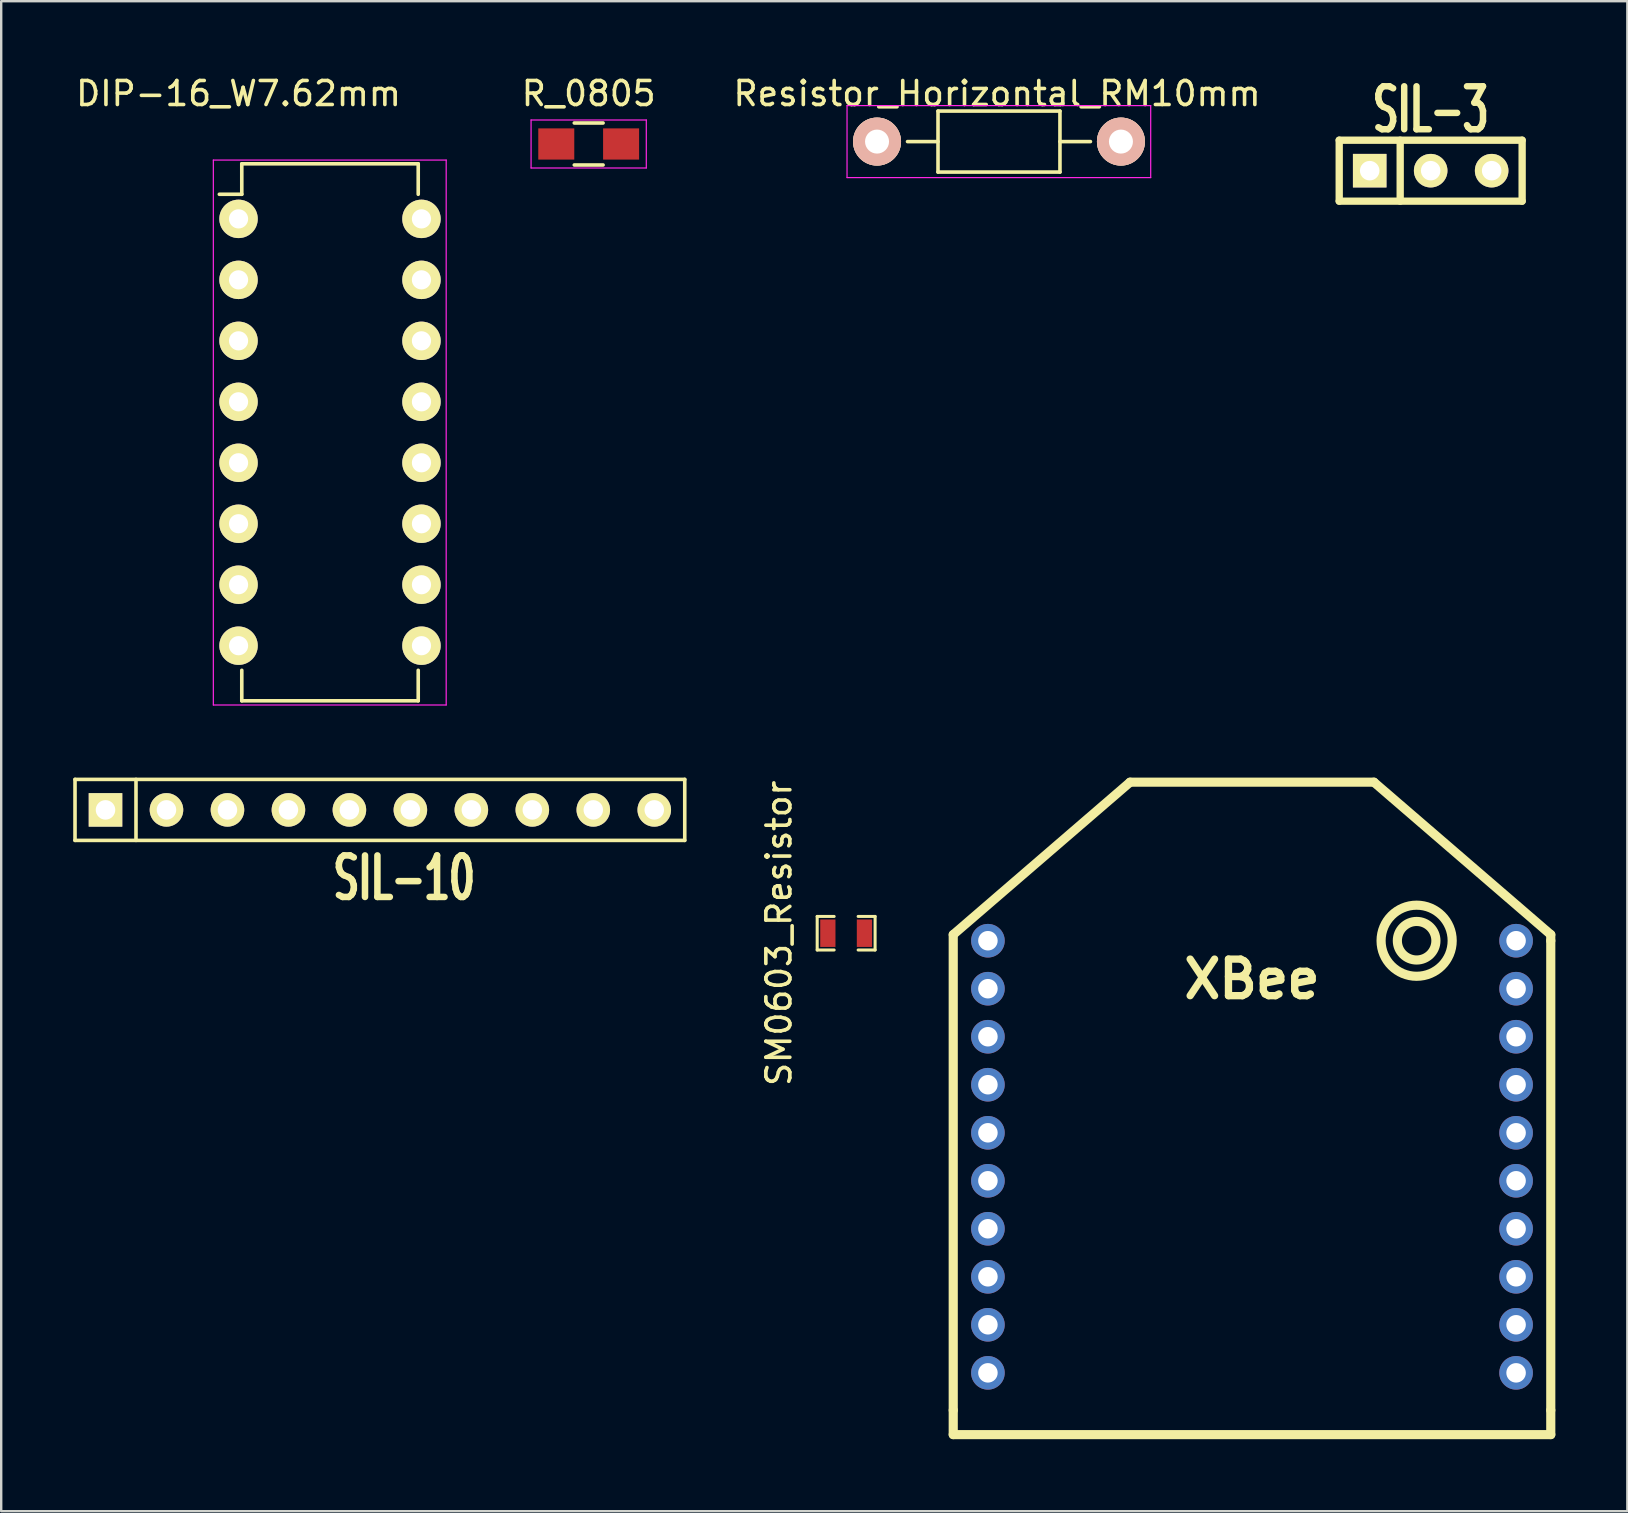
<source format=kicad_pcb>
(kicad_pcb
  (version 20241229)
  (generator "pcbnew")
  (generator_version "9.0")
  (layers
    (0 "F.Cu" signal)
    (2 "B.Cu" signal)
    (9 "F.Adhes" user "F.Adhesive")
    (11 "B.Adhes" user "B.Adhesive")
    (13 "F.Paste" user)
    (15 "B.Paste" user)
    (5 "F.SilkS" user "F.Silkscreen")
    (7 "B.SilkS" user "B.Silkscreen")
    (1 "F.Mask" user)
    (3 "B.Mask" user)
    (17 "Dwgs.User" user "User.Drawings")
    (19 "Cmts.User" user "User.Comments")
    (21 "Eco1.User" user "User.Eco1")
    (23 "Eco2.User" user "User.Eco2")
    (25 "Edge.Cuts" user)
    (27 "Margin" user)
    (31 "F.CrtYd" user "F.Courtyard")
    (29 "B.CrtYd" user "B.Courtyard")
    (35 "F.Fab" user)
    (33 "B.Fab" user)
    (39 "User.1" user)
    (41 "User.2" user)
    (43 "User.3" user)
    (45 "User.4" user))
  (footprint "SIL-3"
    (layer "F.Cu")
    (at 56.548 4.06)
    (property "Reference" "SIL-3" (at 0 -2.54 0) (layer "F.SilkS") (effects (font (size 1.791 1.077) (thickness 0.269))))
    (attr through_hole)
    (fp_line (start -3.81 -1.27) (end 3.81 -1.27) (stroke (width 0.305) (type solid)) (layer "F.SilkS"))
    (fp_line (start -3.81 1.27) (end -3.81 -1.27) (stroke (width 0.305) (type solid)) (layer "F.SilkS"))
    (fp_line (start -1.27 -1.27) (end -1.27 1.27) (stroke (width 0.305) (type solid)) (layer "F.SilkS"))
    (fp_line (start 3.81 -1.27) (end 3.81 1.27) (stroke (width 0.305) (type solid)) (layer "F.SilkS"))
    (fp_line (start 3.81 1.27) (end -3.81 1.27) (stroke (width 0.305) (type solid)) (layer "F.SilkS"))
    (pad "1" thru_hole rect (at -2.54 0) (size 1.397 1.397) (drill 0.813) (layers "*.Cu" "*.Mask" "F.SilkS"))
    (pad "2" thru_hole circle (at 0 0) (size 1.397 1.397) (drill 0.813) (layers "*.Cu" "*.Mask" "F.SilkS"))
    (pad "3" thru_hole circle (at 2.54 0) (size 1.397 1.397) (drill 0.813) (layers "*.Cu" "*.Mask" "F.SilkS")))
  (footprint "R_0805"
    (layer "F.Cu")
    (at 21.473 2.948)
    (property "Reference" "R_0805" (at 0 -2.1 0) (layer "F.SilkS") (effects (font (size 1 1) (thickness 0.15))))
    (attr smd)
    (fp_line (start -0.6 -0.875) (end 0.6 -0.875) (stroke (width 0.15) (type solid)) (layer "F.SilkS"))
    (fp_line (start 0.6 0.875) (end -0.6 0.875) (stroke (width 0.15) (type solid)) (layer "F.SilkS"))
    (fp_line (start -2.4 -1) (end -2.4 1) (stroke (width 0.05) (type solid)) (layer "F.CrtYd"))
    (fp_line (start -2.4 -1) (end 2.4 -1) (stroke (width 0.05) (type solid)) (layer "F.CrtYd"))
    (fp_line (start -2.4 1) (end 2.4 1) (stroke (width 0.05) (type solid)) (layer "F.CrtYd"))
    (fp_line (start 2.4 -1) (end 2.4 1) (stroke (width 0.05) (type solid)) (layer "F.CrtYd"))
    (pad "1" smd rect (at -1.35 0) (size 1.5 1.3) (layers "F.Cu" "F.Mask" "F.Paste"))
    (pad "2" smd rect (at 1.35 0) (size 1.5 1.3) (layers "F.Cu" "F.Mask" "F.Paste")))
  (footprint "DIP-16_W7.62mm"
    (layer "F.Cu")
    (at 6.887 6.068)
    (property "Reference" "DIP-16_W7.62mm" (at 0 -5.22 0) (layer "F.SilkS") (effects (font (size 1 1) (thickness 0.15))))
    (attr through_hole)
    (fp_line (start 0.135 -2.295) (end 0.135 -1.025) (stroke (width 0.15) (type solid)) (layer "F.SilkS"))
    (fp_line (start 0.135 -2.295) (end 7.485 -2.295) (stroke (width 0.15) (type solid)) (layer "F.SilkS"))
    (fp_line (start 0.135 -1.025) (end -0.8 -1.025) (stroke (width 0.15) (type solid)) (layer "F.SilkS"))
    (fp_line (start 0.135 20.075) (end 0.135 18.805) (stroke (width 0.15) (type solid)) (layer "F.SilkS"))
    (fp_line (start 0.135 20.075) (end 7.485 20.075) (stroke (width 0.15) (type solid)) (layer "F.SilkS"))
    (fp_line (start 7.485 -2.295) (end 7.485 -1.025) (stroke (width 0.15) (type solid)) (layer "F.SilkS"))
    (fp_line (start 7.485 20.075) (end 7.485 18.805) (stroke (width 0.15) (type solid)) (layer "F.SilkS"))
    (fp_line (start -1.05 -2.45) (end -1.05 20.25) (stroke (width 0.05) (type solid)) (layer "F.CrtYd"))
    (fp_line (start -1.05 -2.45) (end 8.65 -2.45) (stroke (width 0.05) (type solid)) (layer "F.CrtYd"))
    (fp_line (start -1.05 20.25) (end 8.65 20.25) (stroke (width 0.05) (type solid)) (layer "F.CrtYd"))
    (fp_line (start 8.65 -2.45) (end 8.65 20.25) (stroke (width 0.05) (type solid)) (layer "F.CrtYd"))
    (pad "1" thru_hole oval (at 0 0) (size 1.6 1.6) (drill 0.8) (layers "*.Cu" "*.Mask" "F.SilkS"))
    (pad "2" thru_hole oval (at 0 2.54) (size 1.6 1.6) (drill 0.8) (layers "*.Cu" "*.Mask" "F.SilkS"))
    (pad "3" thru_hole oval (at 0 5.08) (size 1.6 1.6) (drill 0.8) (layers "*.Cu" "*.Mask" "F.SilkS"))
    (pad "4" thru_hole oval (at 0 7.62) (size 1.6 1.6) (drill 0.8) (layers "*.Cu" "*.Mask" "F.SilkS"))
    (pad "5" thru_hole oval (at 0 10.16) (size 1.6 1.6) (drill 0.8) (layers "*.Cu" "*.Mask" "F.SilkS"))
    (pad "6" thru_hole oval (at 0 12.7) (size 1.6 1.6) (drill 0.8) (layers "*.Cu" "*.Mask" "F.SilkS"))
    (pad "7" thru_hole oval (at 0 15.24) (size 1.6 1.6) (drill 0.8) (layers "*.Cu" "*.Mask" "F.SilkS"))
    (pad "8" thru_hole oval (at 0 17.78) (size 1.6 1.6) (drill 0.8) (layers "*.Cu" "*.Mask" "F.SilkS"))
    (pad "9" thru_hole oval (at 7.62 17.78) (size 1.6 1.6) (drill 0.8) (layers "*.Cu" "*.Mask" "F.SilkS"))
    (pad "10" thru_hole oval (at 7.62 15.24) (size 1.6 1.6) (drill 0.8) (layers "*.Cu" "*.Mask" "F.SilkS"))
    (pad "11" thru_hole oval (at 7.62 12.7) (size 1.6 1.6) (drill 0.8) (layers "*.Cu" "*.Mask" "F.SilkS"))
    (pad "12" thru_hole oval (at 7.62 10.16) (size 1.6 1.6) (drill 0.8) (layers "*.Cu" "*.Mask" "F.SilkS"))
    (pad "13" thru_hole oval (at 7.62 7.62) (size 1.6 1.6) (drill 0.8) (layers "*.Cu" "*.Mask" "F.SilkS"))
    (pad "14" thru_hole oval (at 7.62 5.08) (size 1.6 1.6) (drill 0.8) (layers "*.Cu" "*.Mask" "F.SilkS"))
    (pad "15" thru_hole oval (at 7.62 2.54) (size 1.6 1.6) (drill 0.8) (layers "*.Cu" "*.Mask" "F.SilkS"))
    (pad "16" thru_hole oval (at 7.62 0) (size 1.6 1.6) (drill 0.8) (layers "*.Cu" "*.Mask" "F.SilkS")))
  (footprint "SIL-10"
    (layer "F.Cu")
    (at 12.775 30.688)
    (property "Reference" "SIL-10" (at 1.01 2.84 0) (layer "F.SilkS") (effects (font (size 1.73 1.087) (thickness 0.305))))
    (attr through_hole)
    (fp_line (start -12.7 -1.27) (end 12.7 -1.27) (stroke (width 0.15) (type solid)) (layer "F.SilkS"))
    (fp_line (start -12.7 1.27) (end -12.7 -1.27) (stroke (width 0.15) (type solid)) (layer "F.SilkS"))
    (fp_line (start -10.16 1.27) (end -10.16 -1.27) (stroke (width 0.15) (type solid)) (layer "F.SilkS"))
    (fp_line (start 12.7 -1.27) (end 12.7 1.27) (stroke (width 0.15) (type solid)) (layer "F.SilkS"))
    (fp_line (start 12.7 1.27) (end -12.7 1.27) (stroke (width 0.15) (type solid)) (layer "F.SilkS"))
    (pad "1" thru_hole rect (at -11.43 0) (size 1.397 1.397) (drill 0.813) (layers "*.Cu" "*.Mask" "F.SilkS"))
    (pad "2" thru_hole circle (at -8.89 0) (size 1.397 1.397) (drill 0.813) (layers "*.Cu" "*.Mask" "F.SilkS"))
    (pad "3" thru_hole circle (at -6.35 0) (size 1.397 1.397) (drill 0.813) (layers "*.Cu" "*.Mask" "F.SilkS"))
    (pad "4" thru_hole circle (at -3.81 0) (size 1.397 1.397) (drill 0.813) (layers "*.Cu" "*.Mask" "F.SilkS"))
    (pad "5" thru_hole circle (at -1.27 0) (size 1.397 1.397) (drill 0.813) (layers "*.Cu" "*.Mask" "F.SilkS"))
    (pad "6" thru_hole circle (at 1.27 0) (size 1.397 1.397) (drill 0.813) (layers "*.Cu" "*.Mask" "F.SilkS"))
    (pad "7" thru_hole circle (at 3.81 0) (size 1.397 1.397) (drill 0.813) (layers "*.Cu" "*.Mask" "F.SilkS"))
    (pad "8" thru_hole circle (at 6.35 0) (size 1.397 1.397) (drill 0.813) (layers "*.Cu" "*.Mask" "F.SilkS"))
    (pad "9" thru_hole circle (at 8.89 0) (size 1.397 1.397) (drill 0.813) (layers "*.Cu" "*.Mask" "F.SilkS"))
    (pad "10" thru_hole circle (at 11.43 0) (size 1.397 1.397) (drill 0.813) (layers "*.Cu" "*.Mask" "F.SilkS")))
  (footprint "XBee"
    (layer "F.Cu")
    (at 49.105 36.138)
    (property "Reference" "XBee" (at 0 1.6 0) (layer "F.SilkS") (effects (font (size 1.524 1.524) (thickness 0.305))))
    (attr through_hole)
    (fp_line (start -12.446 -0.254) (end -5.08 -6.604) (stroke (width 0.381) (type solid)) (layer "F.SilkS"))
    (fp_line (start -12.446 19.558) (end -12.446 -0.254) (stroke (width 0.381) (type solid)) (layer "F.SilkS"))
    (fp_line (start -12.446 19.558) (end -12.446 20.574) (stroke (width 0.381) (type solid)) (layer "F.SilkS"))
    (fp_line (start -12.446 20.574) (end 12.446 20.574) (stroke (width 0.381) (type solid)) (layer "F.SilkS"))
    (fp_line (start -5.08 -6.604) (end 5.08 -6.604) (stroke (width 0.381) (type solid)) (layer "F.SilkS"))
    (fp_line (start 12.446 -0.254) (end 5.08 -6.604) (stroke (width 0.381) (type solid)) (layer "F.SilkS"))
    (fp_line (start 12.446 0) (end 12.446 -0.254) (stroke (width 0.381) (type solid)) (layer "F.SilkS"))
    (fp_line (start 12.446 19.558) (end 12.446 0) (stroke (width 0.381) (type solid)) (layer "F.SilkS"))
    (fp_line (start 12.446 19.558) (end 12.446 20.574) (stroke (width 0.381) (type solid)) (layer "F.SilkS"))
    (fp_circle (center 6.858 0) (end 7.62 0.254) (stroke (width 0.381) (type solid)) (fill no) (layer "F.SilkS"))
    (fp_circle (center 6.858 0) (end 8.128 0.762) (stroke (width 0.381) (type solid)) (fill no) (layer "F.SilkS"))
    (pad "1" thru_hole circle (at -11.001 0) (size 1.4 1.4) (drill 0.813) (layers "*.Cu" "*.Mask"))
    (pad "2" thru_hole circle (at -11.001 1.999) (size 1.4 1.4) (drill 0.813) (layers "*.Cu" "*.Mask"))
    (pad "3" thru_hole circle (at -11.001 4) (size 1.4 1.4) (drill 0.813) (layers "*.Cu" "*.Mask"))
    (pad "4" thru_hole circle (at -11.001 5.999) (size 1.4 1.4) (drill 0.813) (layers "*.Cu" "*.Mask"))
    (pad "5" thru_hole circle (at -11.001 8.001) (size 1.4 1.4) (drill 0.813) (layers "*.Cu" "*.Mask"))
    (pad "6" thru_hole circle (at -11.001 10) (size 1.4 1.4) (drill 0.813) (layers "*.Cu" "*.Mask"))
    (pad "7" thru_hole circle (at -11.001 11.999) (size 1.4 1.4) (drill 0.813) (layers "*.Cu" "*.Mask"))
    (pad "8" thru_hole circle (at -11.001 14) (size 1.4 1.4) (drill 0.813) (layers "*.Cu" "*.Mask"))
    (pad "9" thru_hole circle (at -11.001 15.999) (size 1.4 1.4) (drill 0.813) (layers "*.Cu" "*.Mask"))
    (pad "10" thru_hole circle (at -11.001 18.001) (size 1.4 1.4) (drill 0.813) (layers "*.Cu" "*.Mask"))
    (pad "11" thru_hole circle (at 11.001 18.001) (size 1.4 1.4) (drill 0.813) (layers "*.Cu" "*.Mask"))
    (pad "12" thru_hole circle (at 11.001 15.999) (size 1.4 1.4) (drill 0.813) (layers "*.Cu" "*.Mask"))
    (pad "13" thru_hole circle (at 11.001 14) (size 1.4 1.4) (drill 0.813) (layers "*.Cu" "*.Mask"))
    (pad "14" thru_hole circle (at 11.001 11.999) (size 1.4 1.4) (drill 0.813) (layers "*.Cu" "*.Mask"))
    (pad "15" thru_hole circle (at 11.001 10) (size 1.4 1.4) (drill 0.813) (layers "*.Cu" "*.Mask"))
    (pad "16" thru_hole circle (at 11.001 8.001) (size 1.4 1.4) (drill 0.813) (layers "*.Cu" "*.Mask"))
    (pad "17" thru_hole circle (at 11.001 5.999) (size 1.4 1.4) (drill 0.813) (layers "*.Cu" "*.Mask"))
    (pad "18" thru_hole circle (at 11.001 4) (size 1.4 1.4) (drill 0.813) (layers "*.Cu" "*.Mask"))
    (pad "19" thru_hole circle (at 11.001 1.999) (size 1.4 1.4) (drill 0.813) (layers "*.Cu" "*.Mask"))
    (pad "20" thru_hole circle (at 11.001 0) (size 1.4 1.4) (drill 0.813) (layers "*.Cu" "*.Mask")))
  (footprint "Resistor_Horizontal_RM10mm"
    (layer "F.Cu")
    (at 33.485 2.848)
    (property "Reference" "Resistor_Horizontal_RM10mm" (at 5 -2 0) (layer "F.SilkS") (effects (font (size 1 1) (thickness 0.15))))
    (attr through_hole)
    (fp_line (start 2.54 -1.27) (end 7.62 -1.27) (stroke (width 0.15) (type solid)) (layer "F.SilkS"))
    (fp_line (start 2.54 0) (end 1.27 0) (stroke (width 0.15) (type solid)) (layer "F.SilkS"))
    (fp_line (start 2.54 1.27) (end 2.54 -1.27) (stroke (width 0.15) (type solid)) (layer "F.SilkS"))
    (fp_line (start 7.62 -1.27) (end 7.62 1.27) (stroke (width 0.15) (type solid)) (layer "F.SilkS"))
    (fp_line (start 7.62 0) (end 8.89 0) (stroke (width 0.15) (type solid)) (layer "F.SilkS"))
    (fp_line (start 7.62 1.27) (end 2.54 1.27) (stroke (width 0.15) (type solid)) (layer "F.SilkS"))
    (fp_line (start -1.25 -1.5) (end 11.4 -1.5) (stroke (width 0.05) (type solid)) (layer "F.CrtYd"))
    (fp_line (start -1.25 1.5) (end -1.25 -1.5) (stroke (width 0.05) (type solid)) (layer "F.CrtYd"))
    (fp_line (start -1.25 1.5) (end 11.4 1.5) (stroke (width 0.05) (type solid)) (layer "F.CrtYd"))
    (fp_line (start 11.4 -1.5) (end 11.4 1.5) (stroke (width 0.05) (type solid)) (layer "F.CrtYd"))
    (pad "1" thru_hole circle (at 0 0) (size 1.999 1.999) (drill 1) (layers "*.Cu" "*.SilkS" "*.Mask"))
    (pad "2" thru_hole circle (at 10.16 0) (size 1.999 1.999) (drill 1) (layers "*.Cu" "*.SilkS" "*.Mask")))
  (footprint "SM0603_Resistor"
    (layer "F.Cu")
    (at 32.198 35.825)
    (property "Reference" "SM0603_Resistor" (at -2.8 0 90) (layer "F.SilkS") (effects (font (size 1 1) (thickness 0.15))))
    (attr smd)
    (fp_line (start -1.206 -0.699) (end -1.206 0.699) (stroke (width 0.127) (type solid)) (layer "F.SilkS"))
    (fp_line (start -1.206 0.699) (end -0.5 0.699) (stroke (width 0.127) (type solid)) (layer "F.SilkS"))
    (fp_line (start -0.5 -0.699) (end -1.206 -0.699) (stroke (width 0.127) (type solid)) (layer "F.SilkS"))
    (fp_line (start 1.206 -0.699) (end 0.5 -0.699) (stroke (width 0.127) (type solid)) (layer "F.SilkS"))
    (fp_line (start 1.206 -0.699) (end 1.206 0.699) (stroke (width 0.127) (type solid)) (layer "F.SilkS"))
    (fp_line (start 1.206 0.699) (end 0.5 0.699) (stroke (width 0.127) (type solid)) (layer "F.SilkS"))
    (pad "1" smd rect (at -0.762 0) (size 0.635 1.143) (layers "F.Cu" "F.Mask" "F.Paste"))
    (pad "2" smd rect (at 0.762 0) (size 0.635 1.143) (layers "F.Cu" "F.Mask" "F.Paste")))
  (gr_rect
    (start -3 -3)
    (end 64.741 59.902)
    (stroke (width 0.1) (type default))
    (fill no)
    (layer "Edge.Cuts")))
</source>
